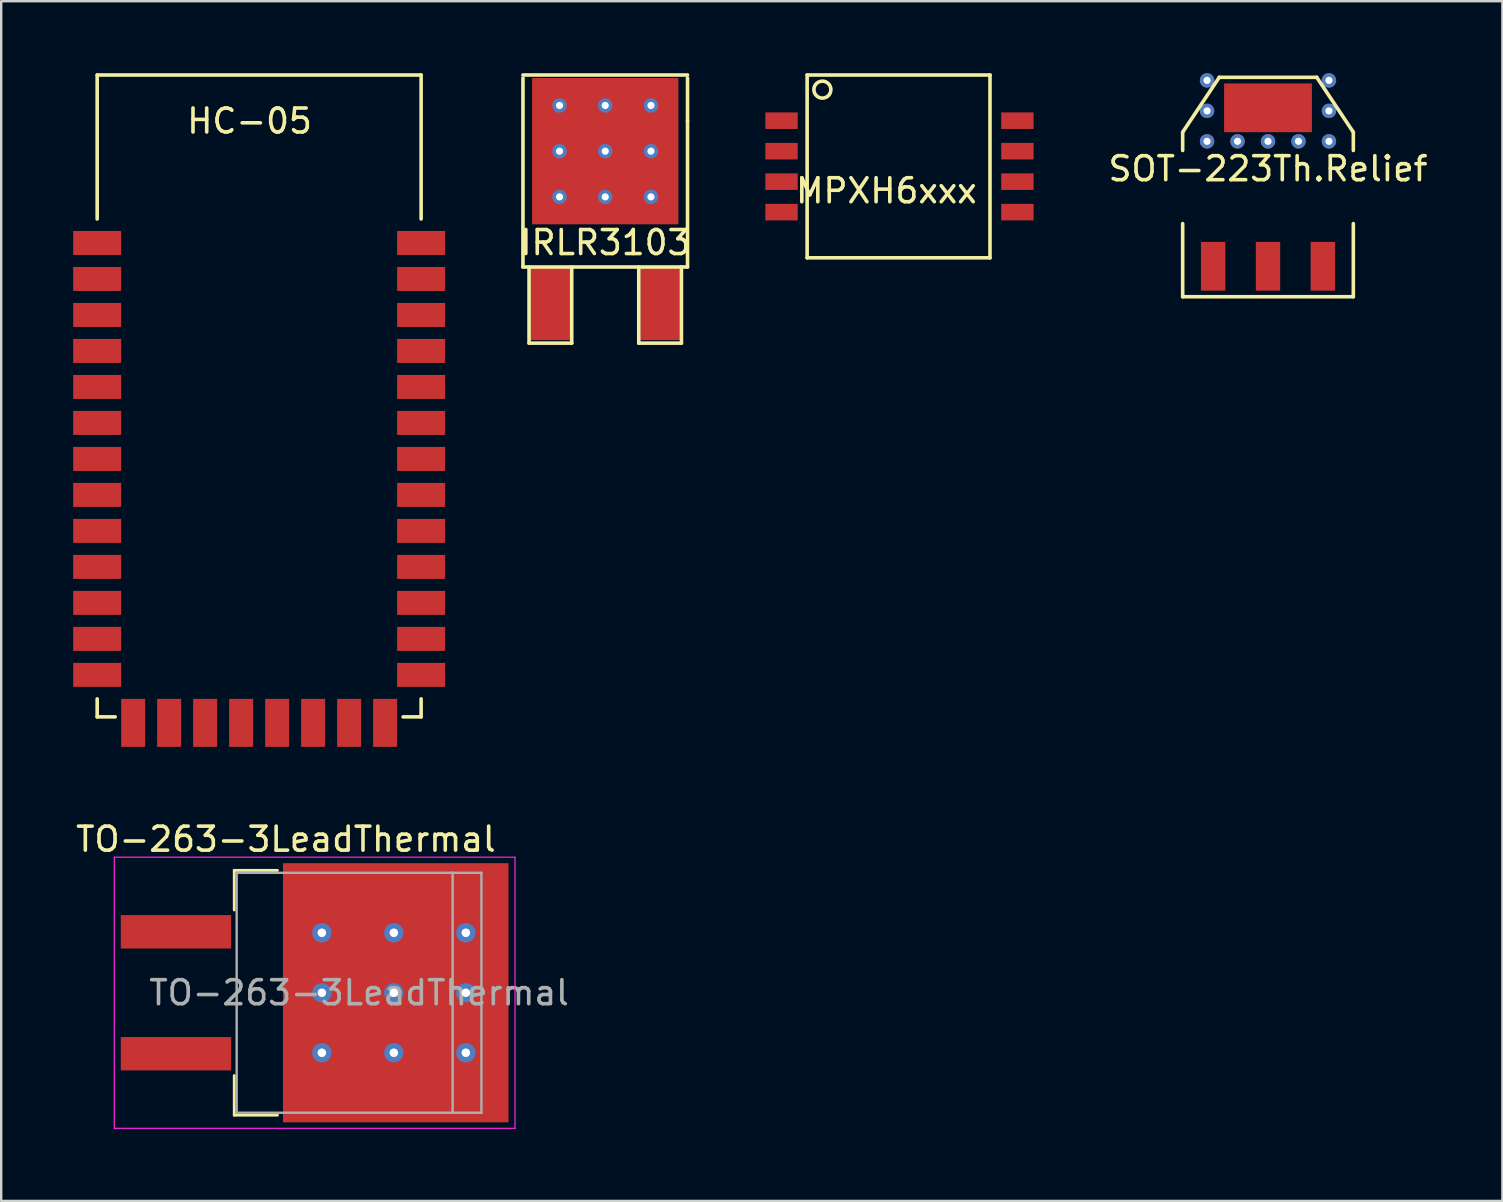
<source format=kicad_pcb>
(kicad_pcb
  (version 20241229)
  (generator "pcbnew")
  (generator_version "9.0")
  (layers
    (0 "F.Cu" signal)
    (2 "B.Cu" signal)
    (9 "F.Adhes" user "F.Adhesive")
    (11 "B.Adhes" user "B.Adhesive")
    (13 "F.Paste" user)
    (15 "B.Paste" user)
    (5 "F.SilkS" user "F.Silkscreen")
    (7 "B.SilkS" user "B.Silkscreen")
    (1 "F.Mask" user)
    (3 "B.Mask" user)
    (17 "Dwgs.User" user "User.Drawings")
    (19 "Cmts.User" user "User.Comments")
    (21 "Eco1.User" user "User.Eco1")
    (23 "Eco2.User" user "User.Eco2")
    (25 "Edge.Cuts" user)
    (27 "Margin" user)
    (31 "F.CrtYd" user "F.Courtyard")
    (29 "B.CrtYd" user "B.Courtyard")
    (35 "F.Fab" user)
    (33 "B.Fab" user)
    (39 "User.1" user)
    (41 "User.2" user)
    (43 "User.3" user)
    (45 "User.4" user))
  (footprint "SOT-223Th.Relief"
    (layer "F.Cu")
    (at 49.793 4.745)
    (property "Reference" "SOT-223Th.Relief" (at 0 -0.762 0) (layer "F.SilkS") (effects (font (size 1 1) (thickness 0.15))))
    (attr smd)
    (fp_line (start -3.556 -2.286) (end -2.032 -4.572) (stroke (width 0.15) (type solid)) (layer "F.SilkS"))
    (fp_line (start -3.556 -1.524) (end -3.556 -2.286) (stroke (width 0.15) (type solid)) (layer "F.SilkS"))
    (fp_line (start -3.556 1.524) (end -3.556 4.572) (stroke (width 0.15) (type solid)) (layer "F.SilkS"))
    (fp_line (start -3.556 4.572) (end 3.556 4.572) (stroke (width 0.15) (type solid)) (layer "F.SilkS"))
    (fp_line (start -2.032 -4.572) (end 2.032 -4.572) (stroke (width 0.15) (type solid)) (layer "F.SilkS"))
    (fp_line (start 2.032 -4.572) (end 3.556 -2.286) (stroke (width 0.15) (type solid)) (layer "F.SilkS"))
    (fp_line (start 3.556 -2.286) (end 3.556 -1.524) (stroke (width 0.15) (type solid)) (layer "F.SilkS"))
    (fp_line (start 3.556 4.572) (end 3.556 1.524) (stroke (width 0.15) (type solid)) (layer "F.SilkS"))
    (pad "1" smd rect (at -2.286 3.302) (size 1.016 2.032) (layers "F.Cu" "F.Mask" "F.Paste"))
    (pad "2" thru_hole circle (at -2.54 -4.445) (size 0.6 0.6) (drill 0.3) (layers "*.Cu"))
    (pad "2" thru_hole circle (at -2.54 -3.175) (size 0.6 0.6) (drill 0.3) (layers "*.Cu"))
    (pad "2" thru_hole circle (at -2.54 -1.905) (size 0.6 0.6) (drill 0.3) (layers "*.Cu"))
    (pad "2" thru_hole circle (at -1.27 -1.905) (size 0.6 0.6) (drill 0.3) (layers "*.Cu"))
    (pad "2" smd rect (at 0 -3.302) (size 3.658 2.032) (layers "F.Cu" "F.Mask" "F.Paste"))
    (pad "2" thru_hole circle (at 0 -1.905) (size 0.6 0.6) (drill 0.3) (layers "*.Cu"))
    (pad "2" smd rect (at 0 3.302) (size 1.016 2.032) (layers "F.Cu" "F.Mask" "F.Paste"))
    (pad "2" thru_hole circle (at 1.27 -1.905) (size 0.6 0.6) (drill 0.3) (layers "*.Cu"))
    (pad "2" thru_hole circle (at 2.54 -4.445) (size 0.6 0.6) (drill 0.3) (layers "*.Cu"))
    (pad "2" thru_hole circle (at 2.54 -3.175) (size 0.6 0.6) (drill 0.3) (layers "*.Cu"))
    (pad "2" thru_hole circle (at 2.54 -1.905) (size 0.6 0.6) (drill 0.3) (layers "*.Cu"))
    (pad "3" smd rect (at 2.286 3.302) (size 1.016 2.032) (layers "F.Cu" "F.Mask" "F.Paste")))
  (footprint "TO-263-3LeadThermal"
    (layer "F.Cu")
    (at 8.863 38.323)
    (property "Reference" "TO-263-3LeadThermal" (at 0 -6.4 180) (layer "F.SilkS") (effects (font (size 1 1) (thickness 0.15))))
    (attr smd)
    (fp_line (start -2.15 -5.1) (end -2.15 -3.45) (stroke (width 0.12) (type solid)) (layer "F.SilkS"))
    (fp_line (start -2.15 3.45) (end -2.15 5.1) (stroke (width 0.12) (type solid)) (layer "F.SilkS"))
    (fp_line (start -2.15 5.1) (end -0.35 5.1) (stroke (width 0.12) (type solid)) (layer "F.SilkS"))
    (fp_line (start -0.35 -5.1) (end -2.15 -5.1) (stroke (width 0.12) (type solid)) (layer "F.SilkS"))
    (fp_line (start -7.15 -5.65) (end -7.15 5.65) (stroke (width 0.05) (type solid)) (layer "F.CrtYd"))
    (fp_line (start 9.55 -5.65) (end -7.15 -5.65) (stroke (width 0.05) (type solid)) (layer "F.CrtYd"))
    (fp_line (start 9.55 -5.65) (end 9.55 5.65) (stroke (width 0.05) (type solid)) (layer "F.CrtYd"))
    (fp_line (start 9.55 5.65) (end -7.15 5.65) (stroke (width 0.05) (type solid)) (layer "F.CrtYd"))
    (fp_line (start -2.05 -5) (end -2.05 5) (stroke (width 0.1) (type solid)) (layer "F.Fab"))
    (fp_line (start -2.05 5) (end 6.95 5) (stroke (width 0.1) (type solid)) (layer "F.Fab"))
    (fp_line (start 6.95 -5) (end -2.05 -5) (stroke (width 0.1) (type solid)) (layer "F.Fab"))
    (fp_line (start 6.95 5) (end 6.95 -5) (stroke (width 0.1) (type solid)) (layer "F.Fab"))
    (fp_line (start 6.95 5) (end 8.15 5) (stroke (width 0.1) (type solid)) (layer "F.Fab"))
    (fp_line (start 8.15 -5) (end 6.95 -5) (stroke (width 0.1) (type solid)) (layer "F.Fab"))
    (fp_line (start 8.15 5) (end 8.15 -5) (stroke (width 0.1) (type solid)) (layer "F.Fab"))
    (fp_text user "${REFERENCE}" (at 3.05 0 0) (layer "F.Fab") (effects (font (size 1 1) (thickness 0.15))))
    (pad "1" smd rect (at -4.58 -2.54) (size 4.6 1.39) (layers "F.Cu" "F.Mask" "F.Paste"))
    (pad "2" thru_hole circle (at 1.5 -2.5) (size 0.806 0.806) (drill 0.356) (layers "*.Cu" "*.Mask"))
    (pad "2" thru_hole circle (at 1.5 0) (size 0.806 0.806) (drill 0.356) (layers "*.Cu" "*.Mask"))
    (pad "2" thru_hole circle (at 1.5 2.5) (size 0.806 0.806) (drill 0.356) (layers "*.Cu" "*.Mask"))
    (pad "2" thru_hole circle (at 4.5 -2.5) (size 0.806 0.806) (drill 0.356) (layers "*.Cu" "*.Mask"))
    (pad "2" thru_hole circle (at 4.5 0) (size 0.806 0.806) (drill 0.356) (layers "*.Cu" "*.Mask"))
    (pad "2" thru_hole circle (at 4.5 2.5) (size 0.806 0.806) (drill 0.356) (layers "*.Cu" "*.Mask"))
    (pad "2" smd rect (at 4.58 0) (size 9.4 10.8) (layers "F.Cu" "F.Mask" "F.Paste"))
    (pad "2" thru_hole circle (at 7.5 -2.5) (size 0.806 0.806) (drill 0.356) (layers "*.Cu" "*.Mask"))
    (pad "2" thru_hole circle (at 7.5 0) (size 0.806 0.806) (drill 0.356) (layers "*.Cu" "*.Mask"))
    (pad "2" thru_hole circle (at 7.5 2.5) (size 0.806 0.806) (drill 0.356) (layers "*.Cu" "*.Mask"))
    (pad "3" smd rect (at -4.58 2.54) (size 4.6 1.39) (layers "F.Cu" "F.Mask" "F.Paste")))
  (footprint "IRLR3103"
    (layer "F.Cu")
    (at 22.173 9.6)
    (property "Reference" "IRLR3103" (at 0 -2.54 0) (layer "F.SilkS") (effects (font (size 1 1) (thickness 0.15))))
    (attr smd)
    (fp_line (start -3.429 -9.525) (end 3.429 -9.525) (stroke (width 0.15) (type solid)) (layer "F.SilkS"))
    (fp_line (start -3.429 -1.524) (end -3.429 -9.398) (stroke (width 0.15) (type solid)) (layer "F.SilkS"))
    (fp_line (start -3.175 -1.524) (end -3.175 1.651) (stroke (width 0.15) (type solid)) (layer "F.SilkS"))
    (fp_line (start -3.175 1.651) (end -1.397 1.651) (stroke (width 0.15) (type solid)) (layer "F.SilkS"))
    (fp_line (start -1.397 1.651) (end -1.397 -1.524) (stroke (width 0.15) (type solid)) (layer "F.SilkS"))
    (fp_line (start 1.397 -1.524) (end 1.397 1.651) (stroke (width 0.15) (type solid)) (layer "F.SilkS"))
    (fp_line (start 1.397 1.651) (end 3.175 1.651) (stroke (width 0.15) (type solid)) (layer "F.SilkS"))
    (fp_line (start 3.175 1.651) (end 3.175 -1.524) (stroke (width 0.15) (type solid)) (layer "F.SilkS"))
    (fp_line (start 3.429 -9.398) (end 3.429 -7.62) (stroke (width 0.15) (type solid)) (layer "F.SilkS"))
    (fp_line (start 3.429 -7.62) (end 3.429 -1.524) (stroke (width 0.15) (type solid)) (layer "F.SilkS"))
    (fp_line (start 3.429 -1.524) (end -3.429 -1.524) (stroke (width 0.15) (type solid)) (layer "F.SilkS"))
    (pad "1" smd rect (at -2.286 0) (size 1.651 3.048) (layers "F.Cu" "F.Mask" "F.Paste"))
    (pad "2" thru_hole circle (at -1.905 -8.255) (size 0.6 0.6) (drill 0.3) (layers "*.Cu"))
    (pad "2" thru_hole circle (at -1.905 -6.35) (size 0.6 0.6) (drill 0.3) (layers "*.Cu"))
    (pad "2" thru_hole circle (at -1.905 -4.445) (size 0.6 0.6) (drill 0.3) (layers "*.Cu"))
    (pad "2" thru_hole circle (at 0 -8.255) (size 0.6 0.6) (drill 0.3) (layers "*.Cu"))
    (pad "2" thru_hole circle (at 0 -6.35) (size 0.6 0.6) (drill 0.3) (layers "*.Cu"))
    (pad "2" smd rect (at 0 -6.35) (size 6.096 6.096) (layers "F.Cu" "F.Mask" "F.Paste"))
    (pad "2" thru_hole circle (at 0 -4.445) (size 0.6 0.6) (drill 0.3) (layers "*.Cu"))
    (pad "2" thru_hole circle (at 1.905 -8.255) (size 0.6 0.6) (drill 0.3) (layers "*.Cu"))
    (pad "2" thru_hole circle (at 1.905 -6.35) (size 0.6 0.6) (drill 0.3) (layers "*.Cu"))
    (pad "2" thru_hole circle (at 1.905 -4.445) (size 0.6 0.6) (drill 0.3) (layers "*.Cu"))
    (pad "3" smd rect (at 2.286 0) (size 1.651 3.048) (layers "F.Cu" "F.Mask" "F.Paste")))
  (footprint "MPXH6xxx"
    (layer "F.Cu")
    (at 29.571 1.98)
    (property "Reference" "MPXH6xxx" (at 4.318 2.921 0) (layer "F.SilkS") (effects (font (size 1 1) (thickness 0.15))))
    (attr through_hole)
    (fp_line (start 1.016 -1.905) (end 1.016 5.715) (stroke (width 0.15) (type solid)) (layer "F.SilkS"))
    (fp_line (start 1.016 -1.905) (end 8.636 -1.905) (stroke (width 0.15) (type solid)) (layer "F.SilkS"))
    (fp_line (start 1.016 5.715) (end 8.636 5.715) (stroke (width 0.15) (type solid)) (layer "F.SilkS"))
    (fp_line (start 8.636 -1.905) (end 8.636 5.715) (stroke (width 0.15) (type solid)) (layer "F.SilkS"))
    (fp_circle (center 1.651 -1.295) (end 1.901 -1.045) (stroke (width 0.15) (type solid)) (fill no) (layer "F.SilkS"))
    (pad "1" smd rect (at -0.051 0) (size 1.35 0.69) (layers "F.Cu" "F.Mask" "F.Paste"))
    (pad "2" smd rect (at -0.051 1.27) (size 1.35 0.69) (layers "F.Cu" "F.Mask" "F.Paste"))
    (pad "3" smd rect (at -0.051 2.54) (size 1.35 0.69) (layers "F.Cu" "F.Mask" "F.Paste"))
    (pad "4" smd rect (at -0.051 3.81) (size 1.35 0.69) (layers "F.Cu" "F.Mask" "F.Paste"))
    (pad "5" smd rect (at 9.779 3.81) (size 1.35 0.69) (layers "F.Cu" "F.Mask" "F.Paste"))
    (pad "6" smd rect (at 9.779 2.54) (size 1.35 0.69) (layers "F.Cu" "F.Mask" "F.Paste"))
    (pad "7" smd rect (at 9.779 1.27) (size 1.35 0.69) (layers "F.Cu" "F.Mask" "F.Paste"))
    (pad "8" smd rect (at 9.779 0) (size 1.35 0.69) (layers "F.Cu" "F.Mask" "F.Paste")))
  (footprint "HC-05"
    (layer "F.Cu")
    (at 7.35 14.695)
    (property "Reference" "HC-05" (at 0 -12.7 0) (layer "F.SilkS") (effects (font (size 1 1) (thickness 0.15))))
    (attr through_hole)
    (fp_line (start -6.35 -14.62) (end 7.15 -14.62) (stroke (width 0.15) (type solid)) (layer "F.SilkS"))
    (fp_line (start -6.35 -8.62) (end -6.35 -14.62) (stroke (width 0.15) (type solid)) (layer "F.SilkS"))
    (fp_line (start -6.35 11.38) (end -6.35 12.13) (stroke (width 0.15) (type solid)) (layer "F.SilkS"))
    (fp_line (start -6.35 12.13) (end -5.6 12.13) (stroke (width 0.15) (type solid)) (layer "F.SilkS"))
    (fp_line (start 6.4 12.13) (end 7.15 12.13) (stroke (width 0.15) (type solid)) (layer "F.SilkS"))
    (fp_line (start 7.15 -14.62) (end 7.15 -8.62) (stroke (width 0.15) (type solid)) (layer "F.SilkS"))
    (fp_line (start 7.15 11.38) (end 7.15 12.13) (stroke (width 0.15) (type solid)) (layer "F.SilkS"))
    (pad "1" smd rect (at -6.35 -7.62) (size 2 1) (layers "F.Cu" "F.Mask" "F.Paste"))
    (pad "2" smd rect (at -6.35 -6.12) (size 2 1) (layers "F.Cu" "F.Mask" "F.Paste"))
    (pad "3" smd rect (at -6.35 -4.62) (size 2 1) (layers "F.Cu" "F.Mask" "F.Paste"))
    (pad "4" smd rect (at -6.35 -3.12) (size 2 1) (layers "F.Cu" "F.Mask" "F.Paste"))
    (pad "5" smd rect (at -6.35 -1.62) (size 2 1) (layers "F.Cu" "F.Mask" "F.Paste"))
    (pad "6" smd rect (at -6.35 -0.12) (size 2 1) (layers "F.Cu" "F.Mask" "F.Paste"))
    (pad "7" smd rect (at -6.35 1.38) (size 2 1) (layers "F.Cu" "F.Mask" "F.Paste"))
    (pad "8" smd rect (at -6.35 2.88) (size 2 1) (layers "F.Cu" "F.Mask" "F.Paste"))
    (pad "9" smd rect (at -6.35 4.38) (size 2 1) (layers "F.Cu" "F.Mask" "F.Paste"))
    (pad "10" smd rect (at -6.35 5.88) (size 2 1) (layers "F.Cu" "F.Mask" "F.Paste"))
    (pad "11" smd rect (at -6.35 7.38) (size 2 1) (layers "F.Cu" "F.Mask" "F.Paste"))
    (pad "12" smd rect (at -6.35 8.88) (size 2 1) (layers "F.Cu" "F.Mask" "F.Paste"))
    (pad "13" smd rect (at -6.35 10.38) (size 2 1) (layers "F.Cu" "F.Mask" "F.Paste"))
    (pad "14" smd rect (at -4.85 12.38) (size 1 2) (layers "F.Cu" "F.Mask" "F.Paste"))
    (pad "15" smd rect (at -3.35 12.38) (size 1 2) (layers "F.Cu" "F.Mask" "F.Paste"))
    (pad "16" smd rect (at -1.85 12.38) (size 1 2) (layers "F.Cu" "F.Mask" "F.Paste"))
    (pad "17" smd rect (at -0.35 12.38) (size 1 2) (layers "F.Cu" "F.Mask" "F.Paste"))
    (pad "18" smd rect (at 1.15 12.38) (size 1 2) (layers "F.Cu" "F.Mask" "F.Paste"))
    (pad "19" smd rect (at 2.65 12.38) (size 1 2) (layers "F.Cu" "F.Mask" "F.Paste"))
    (pad "20" smd rect (at 4.15 12.38) (size 1 2) (layers "F.Cu" "F.Mask" "F.Paste"))
    (pad "21" smd rect (at 5.65 12.38) (size 1 2) (layers "F.Cu" "F.Mask" "F.Paste"))
    (pad "22" smd rect (at 7.15 10.38) (size 2 1) (layers "F.Cu" "F.Mask" "F.Paste"))
    (pad "23" smd rect (at 7.15 8.88) (size 2 1) (layers "F.Cu" "F.Mask" "F.Paste"))
    (pad "24" smd rect (at 7.15 7.38) (size 2 1) (layers "F.Cu" "F.Mask" "F.Paste"))
    (pad "25" smd rect (at 7.15 5.88) (size 2 1) (layers "F.Cu" "F.Mask" "F.Paste"))
    (pad "26" smd rect (at 7.15 4.38) (size 2 1) (layers "F.Cu" "F.Mask" "F.Paste"))
    (pad "27" smd rect (at 7.15 2.88) (size 2 1) (layers "F.Cu" "F.Mask" "F.Paste"))
    (pad "28" smd rect (at 7.15 1.38) (size 2 1) (layers "F.Cu" "F.Mask" "F.Paste"))
    (pad "29" smd rect (at 7.15 -0.12) (size 2 1) (layers "F.Cu" "F.Mask" "F.Paste"))
    (pad "30" smd rect (at 7.15 -1.62) (size 2 1) (layers "F.Cu" "F.Mask" "F.Paste"))
    (pad "31" smd rect (at 7.15 -3.12) (size 2 1) (layers "F.Cu" "F.Mask" "F.Paste"))
    (pad "32" smd rect (at 7.15 -4.62) (size 2 1) (layers "F.Cu" "F.Mask" "F.Paste"))
    (pad "33" smd rect (at 7.15 -6.12) (size 2 1) (layers "F.Cu" "F.Mask" "F.Paste"))
    (pad "34" smd rect (at 7.15 -7.62) (size 2 1) (layers "F.Cu" "F.Mask" "F.Paste")))
  (gr_rect
    (start -3 -3)
    (end 59.561 46.998)
    (stroke (width 0.1) (type default))
    (fill no)
    (layer "Edge.Cuts")))
</source>
